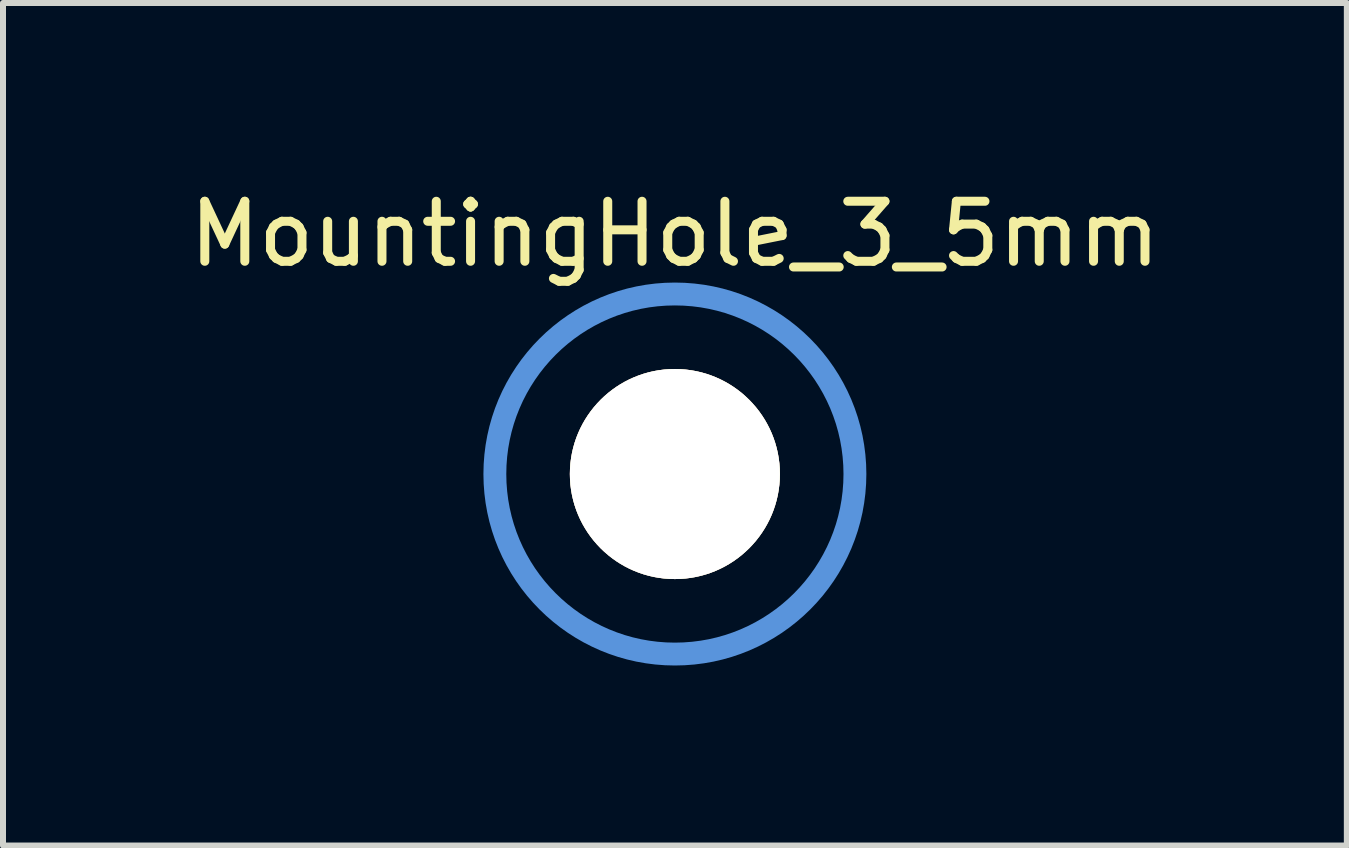
<source format=kicad_pcb>
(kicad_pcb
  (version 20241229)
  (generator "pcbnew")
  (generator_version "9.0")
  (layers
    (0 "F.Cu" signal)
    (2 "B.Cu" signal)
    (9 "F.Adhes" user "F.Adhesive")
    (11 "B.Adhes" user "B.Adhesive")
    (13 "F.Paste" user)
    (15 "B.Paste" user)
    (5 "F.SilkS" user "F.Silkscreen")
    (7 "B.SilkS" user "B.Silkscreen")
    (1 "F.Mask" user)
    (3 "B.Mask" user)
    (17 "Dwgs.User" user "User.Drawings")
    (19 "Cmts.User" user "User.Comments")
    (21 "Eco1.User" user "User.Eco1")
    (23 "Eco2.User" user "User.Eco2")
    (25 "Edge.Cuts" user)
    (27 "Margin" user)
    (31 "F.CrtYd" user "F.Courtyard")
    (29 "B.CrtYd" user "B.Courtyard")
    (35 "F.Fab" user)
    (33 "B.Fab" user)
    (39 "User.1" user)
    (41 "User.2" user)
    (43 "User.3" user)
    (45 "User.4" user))
  (footprint "MountingHole_3_5mm"
    (layer "F.Cu")
    (at 8.196 4.849)
    (property "Reference" "MountingHole_3_5mm" (at 0 -4 0) (layer "F.SilkS") (effects (font (size 1 1) (thickness 0.15))))
    (attr through_hole)
    (fp_circle (center 0 0) (end 3 0) (stroke (width 0.381) (type solid)) (fill no) (layer "Cmts.User"))
    (pad "" thru_hole circle (at 0 0) (size 3.5 3.5) (drill 3.5) (layers "*.Cu" "*.Mask" "F.SilkS")))
  (gr_rect
    (start -3 -3)
    (end 19.393 11.039)
    (stroke (width 0.1) (type default))
    (fill no)
    (layer "Edge.Cuts")))
</source>
